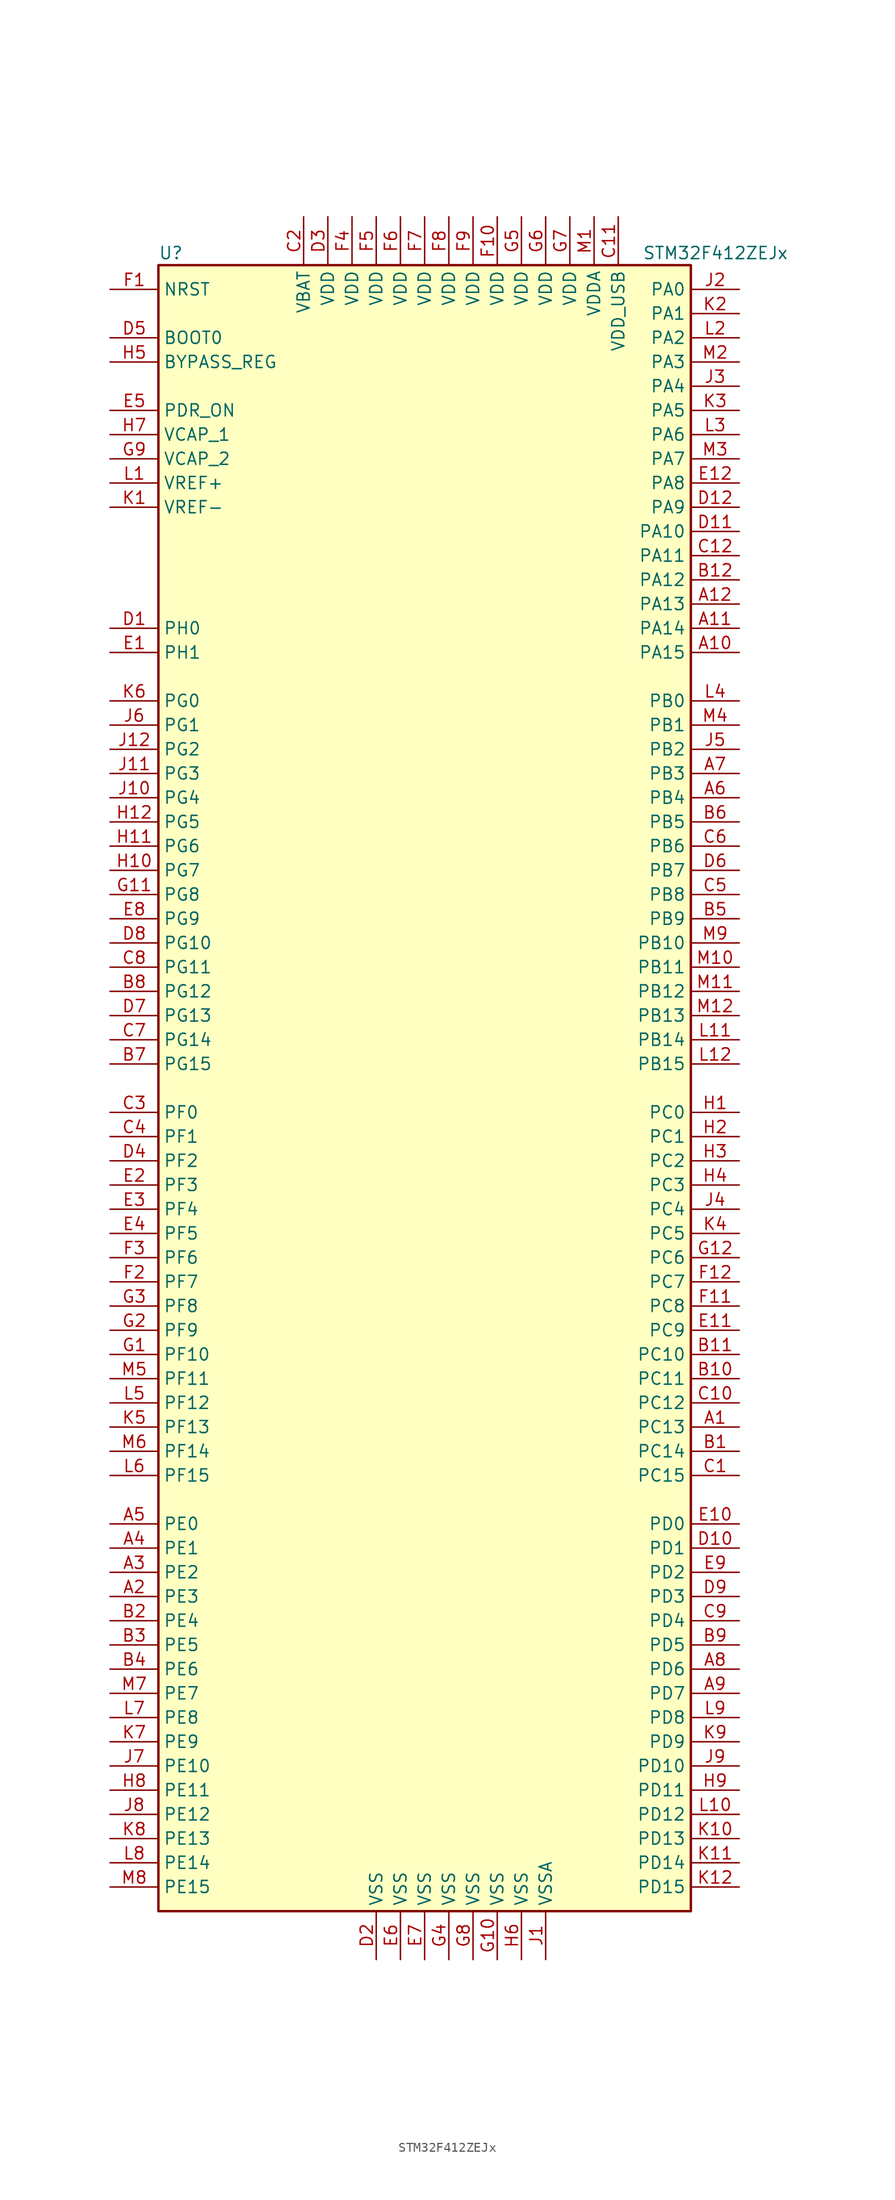
<source format=kicad_sym>
(kicad_symbol_lib
  (version 20201005)
  (generator kicad_symbol_editor)
  (symbol "STM32F412ZEJx"
    (property "Reference" "U"
      (at -27.94 87.63 0)
      (effects (font (size 1.27 1.27)) (justify left)))
    (property "Value" "STM32F412ZEJx"
      (at 22.86 87.63 0)
      (effects (font (size 1.27 1.27)) (justify left)))
    (symbol "STM32F412ZEJx_0_1"
      (rectangle (start -27.94 -86.36) (end 27.94 86.36) (stroke (width 0.254)) (fill (type background))))
    (symbol "STM32F412ZEJx_1_1"
      (pin input line (at -33.02 78.74 0) (length 5.08) (name "BOOT0" (effects (font (size 1.27 1.27)))) (number "D5" (effects (font (size 1.27 1.27)))))
      (pin input line (at -33.02 76.2 0) (length 5.08) (name "BYPASS_REG" (effects (font (size 1.27 1.27)))) (number "H5" (effects (font (size 1.27 1.27)))))
      (pin input line (at -33.02 83.82 0) (length 5.08) (name "NRST" (effects (font (size 1.27 1.27)))) (number "F1" (effects (font (size 1.27 1.27)))))
      (pin bidirectional line (at 33.02 83.82 180) (length 5.08) (name "PA0" (effects (font (size 1.27 1.27)))) (number "J2" (effects (font (size 1.27 1.27)))))
      (pin bidirectional line (at 33.02 81.28 180) (length 5.08) (name "PA1" (effects (font (size 1.27 1.27)))) (number "K2" (effects (font (size 1.27 1.27)))))
      (pin bidirectional line (at 33.02 58.42 180) (length 5.08) (name "PA10" (effects (font (size 1.27 1.27)))) (number "D11" (effects (font (size 1.27 1.27)))))
      (pin bidirectional line (at 33.02 55.88 180) (length 5.08) (name "PA11" (effects (font (size 1.27 1.27)))) (number "C12" (effects (font (size 1.27 1.27)))))
      (pin bidirectional line (at 33.02 53.34 180) (length 5.08) (name "PA12" (effects (font (size 1.27 1.27)))) (number "B12" (effects (font (size 1.27 1.27)))))
      (pin bidirectional line (at 33.02 50.8 180) (length 5.08) (name "PA13" (effects (font (size 1.27 1.27)))) (number "A12" (effects (font (size 1.27 1.27)))))
      (pin bidirectional line (at 33.02 48.26 180) (length 5.08) (name "PA14" (effects (font (size 1.27 1.27)))) (number "A11" (effects (font (size 1.27 1.27)))))
      (pin bidirectional line (at 33.02 45.72 180) (length 5.08) (name "PA15" (effects (font (size 1.27 1.27)))) (number "A10" (effects (font (size 1.27 1.27)))))
      (pin bidirectional line (at 33.02 78.74 180) (length 5.08) (name "PA2" (effects (font (size 1.27 1.27)))) (number "L2" (effects (font (size 1.27 1.27)))))
      (pin bidirectional line (at 33.02 76.2 180) (length 5.08) (name "PA3" (effects (font (size 1.27 1.27)))) (number "M2" (effects (font (size 1.27 1.27)))))
      (pin bidirectional line (at 33.02 73.66 180) (length 5.08) (name "PA4" (effects (font (size 1.27 1.27)))) (number "J3" (effects (font (size 1.27 1.27)))))
      (pin bidirectional line (at 33.02 71.12 180) (length 5.08) (name "PA5" (effects (font (size 1.27 1.27)))) (number "K3" (effects (font (size 1.27 1.27)))))
      (pin bidirectional line (at 33.02 68.58 180) (length 5.08) (name "PA6" (effects (font (size 1.27 1.27)))) (number "L3" (effects (font (size 1.27 1.27)))))
      (pin bidirectional line (at 33.02 66.04 180) (length 5.08) (name "PA7" (effects (font (size 1.27 1.27)))) (number "M3" (effects (font (size 1.27 1.27)))))
      (pin bidirectional line (at 33.02 63.5 180) (length 5.08) (name "PA8" (effects (font (size 1.27 1.27)))) (number "E12" (effects (font (size 1.27 1.27)))))
      (pin bidirectional line (at 33.02 60.96 180) (length 5.08) (name "PA9" (effects (font (size 1.27 1.27)))) (number "D12" (effects (font (size 1.27 1.27)))))
      (pin bidirectional line (at 33.02 40.64 180) (length 5.08) (name "PB0" (effects (font (size 1.27 1.27)))) (number "L4" (effects (font (size 1.27 1.27)))))
      (pin bidirectional line (at 33.02 38.1 180) (length 5.08) (name "PB1" (effects (font (size 1.27 1.27)))) (number "M4" (effects (font (size 1.27 1.27)))))
      (pin bidirectional line (at 33.02 15.24 180) (length 5.08) (name "PB10" (effects (font (size 1.27 1.27)))) (number "M9" (effects (font (size 1.27 1.27)))))
      (pin bidirectional line (at 33.02 12.7 180) (length 5.08) (name "PB11" (effects (font (size 1.27 1.27)))) (number "M10" (effects (font (size 1.27 1.27)))))
      (pin bidirectional line (at 33.02 10.16 180) (length 5.08) (name "PB12" (effects (font (size 1.27 1.27)))) (number "M11" (effects (font (size 1.27 1.27)))))
      (pin bidirectional line (at 33.02 7.62 180) (length 5.08) (name "PB13" (effects (font (size 1.27 1.27)))) (number "M12" (effects (font (size 1.27 1.27)))))
      (pin bidirectional line (at 33.02 5.08 180) (length 5.08) (name "PB14" (effects (font (size 1.27 1.27)))) (number "L11" (effects (font (size 1.27 1.27)))))
      (pin bidirectional line (at 33.02 2.54 180) (length 5.08) (name "PB15" (effects (font (size 1.27 1.27)))) (number "L12" (effects (font (size 1.27 1.27)))))
      (pin bidirectional line (at 33.02 35.56 180) (length 5.08) (name "PB2" (effects (font (size 1.27 1.27)))) (number "J5" (effects (font (size 1.27 1.27)))))
      (pin bidirectional line (at 33.02 33.02 180) (length 5.08) (name "PB3" (effects (font (size 1.27 1.27)))) (number "A7" (effects (font (size 1.27 1.27)))))
      (pin bidirectional line (at 33.02 30.48 180) (length 5.08) (name "PB4" (effects (font (size 1.27 1.27)))) (number "A6" (effects (font (size 1.27 1.27)))))
      (pin bidirectional line (at 33.02 27.94 180) (length 5.08) (name "PB5" (effects (font (size 1.27 1.27)))) (number "B6" (effects (font (size 1.27 1.27)))))
      (pin bidirectional line (at 33.02 25.4 180) (length 5.08) (name "PB6" (effects (font (size 1.27 1.27)))) (number "C6" (effects (font (size 1.27 1.27)))))
      (pin bidirectional line (at 33.02 22.86 180) (length 5.08) (name "PB7" (effects (font (size 1.27 1.27)))) (number "D6" (effects (font (size 1.27 1.27)))))
      (pin bidirectional line (at 33.02 20.32 180) (length 5.08) (name "PB8" (effects (font (size 1.27 1.27)))) (number "C5" (effects (font (size 1.27 1.27)))))
      (pin bidirectional line (at 33.02 17.78 180) (length 5.08) (name "PB9" (effects (font (size 1.27 1.27)))) (number "B5" (effects (font (size 1.27 1.27)))))
      (pin bidirectional line (at 33.02 -2.54 180) (length 5.08) (name "PC0" (effects (font (size 1.27 1.27)))) (number "H1" (effects (font (size 1.27 1.27)))))
      (pin bidirectional line (at 33.02 -5.08 180) (length 5.08) (name "PC1" (effects (font (size 1.27 1.27)))) (number "H2" (effects (font (size 1.27 1.27)))))
      (pin bidirectional line (at 33.02 -27.94 180) (length 5.08) (name "PC10" (effects (font (size 1.27 1.27)))) (number "B11" (effects (font (size 1.27 1.27)))))
      (pin bidirectional line (at 33.02 -30.48 180) (length 5.08) (name "PC11" (effects (font (size 1.27 1.27)))) (number "B10" (effects (font (size 1.27 1.27)))))
      (pin bidirectional line (at 33.02 -33.02 180) (length 5.08) (name "PC12" (effects (font (size 1.27 1.27)))) (number "C10" (effects (font (size 1.27 1.27)))))
      (pin bidirectional line (at 33.02 -35.56 180) (length 5.08) (name "PC13" (effects (font (size 1.27 1.27)))) (number "A1" (effects (font (size 1.27 1.27)))))
      (pin bidirectional line (at 33.02 -38.1 180) (length 5.08) (name "PC14" (effects (font (size 1.27 1.27)))) (number "B1" (effects (font (size 1.27 1.27)))))
      (pin bidirectional line (at 33.02 -40.64 180) (length 5.08) (name "PC15" (effects (font (size 1.27 1.27)))) (number "C1" (effects (font (size 1.27 1.27)))))
      (pin bidirectional line (at 33.02 -7.62 180) (length 5.08) (name "PC2" (effects (font (size 1.27 1.27)))) (number "H3" (effects (font (size 1.27 1.27)))))
      (pin bidirectional line (at 33.02 -10.16 180) (length 5.08) (name "PC3" (effects (font (size 1.27 1.27)))) (number "H4" (effects (font (size 1.27 1.27)))))
      (pin bidirectional line (at 33.02 -12.7 180) (length 5.08) (name "PC4" (effects (font (size 1.27 1.27)))) (number "J4" (effects (font (size 1.27 1.27)))))
      (pin bidirectional line (at 33.02 -15.24 180) (length 5.08) (name "PC5" (effects (font (size 1.27 1.27)))) (number "K4" (effects (font (size 1.27 1.27)))))
      (pin bidirectional line (at 33.02 -17.78 180) (length 5.08) (name "PC6" (effects (font (size 1.27 1.27)))) (number "G12" (effects (font (size 1.27 1.27)))))
      (pin bidirectional line (at 33.02 -20.32 180) (length 5.08) (name "PC7" (effects (font (size 1.27 1.27)))) (number "F12" (effects (font (size 1.27 1.27)))))
      (pin bidirectional line (at 33.02 -22.86 180) (length 5.08) (name "PC8" (effects (font (size 1.27 1.27)))) (number "F11" (effects (font (size 1.27 1.27)))))
      (pin bidirectional line (at 33.02 -25.4 180) (length 5.08) (name "PC9" (effects (font (size 1.27 1.27)))) (number "E11" (effects (font (size 1.27 1.27)))))
      (pin bidirectional line (at 33.02 -45.72 180) (length 5.08) (name "PD0" (effects (font (size 1.27 1.27)))) (number "E10" (effects (font (size 1.27 1.27)))))
      (pin bidirectional line (at 33.02 -48.26 180) (length 5.08) (name "PD1" (effects (font (size 1.27 1.27)))) (number "D10" (effects (font (size 1.27 1.27)))))
      (pin bidirectional line (at 33.02 -71.12 180) (length 5.08) (name "PD10" (effects (font (size 1.27 1.27)))) (number "J9" (effects (font (size 1.27 1.27)))))
      (pin bidirectional line (at 33.02 -73.66 180) (length 5.08) (name "PD11" (effects (font (size 1.27 1.27)))) (number "H9" (effects (font (size 1.27 1.27)))))
      (pin bidirectional line (at 33.02 -76.2 180) (length 5.08) (name "PD12" (effects (font (size 1.27 1.27)))) (number "L10" (effects (font (size 1.27 1.27)))))
      (pin bidirectional line (at 33.02 -78.74 180) (length 5.08) (name "PD13" (effects (font (size 1.27 1.27)))) (number "K10" (effects (font (size 1.27 1.27)))))
      (pin bidirectional line (at 33.02 -81.28 180) (length 5.08) (name "PD14" (effects (font (size 1.27 1.27)))) (number "K11" (effects (font (size 1.27 1.27)))))
      (pin bidirectional line (at 33.02 -83.82 180) (length 5.08) (name "PD15" (effects (font (size 1.27 1.27)))) (number "K12" (effects (font (size 1.27 1.27)))))
      (pin bidirectional line (at 33.02 -50.8 180) (length 5.08) (name "PD2" (effects (font (size 1.27 1.27)))) (number "E9" (effects (font (size 1.27 1.27)))))
      (pin bidirectional line (at 33.02 -53.34 180) (length 5.08) (name "PD3" (effects (font (size 1.27 1.27)))) (number "D9" (effects (font (size 1.27 1.27)))))
      (pin bidirectional line (at 33.02 -55.88 180) (length 5.08) (name "PD4" (effects (font (size 1.27 1.27)))) (number "C9" (effects (font (size 1.27 1.27)))))
      (pin bidirectional line (at 33.02 -58.42 180) (length 5.08) (name "PD5" (effects (font (size 1.27 1.27)))) (number "B9" (effects (font (size 1.27 1.27)))))
      (pin bidirectional line (at 33.02 -60.96 180) (length 5.08) (name "PD6" (effects (font (size 1.27 1.27)))) (number "A8" (effects (font (size 1.27 1.27)))))
      (pin bidirectional line (at 33.02 -63.5 180) (length 5.08) (name "PD7" (effects (font (size 1.27 1.27)))) (number "A9" (effects (font (size 1.27 1.27)))))
      (pin bidirectional line (at 33.02 -66.04 180) (length 5.08) (name "PD8" (effects (font (size 1.27 1.27)))) (number "L9" (effects (font (size 1.27 1.27)))))
      (pin bidirectional line (at 33.02 -68.58 180) (length 5.08) (name "PD9" (effects (font (size 1.27 1.27)))) (number "K9" (effects (font (size 1.27 1.27)))))
      (pin power_in line (at -33.02 71.12 0) (length 5.08) (name "PDR_ON" (effects (font (size 1.27 1.27)))) (number "E5" (effects (font (size 1.27 1.27)))))
      (pin bidirectional line (at -33.02 -45.72 0) (length 5.08) (name "PE0" (effects (font (size 1.27 1.27)))) (number "A5" (effects (font (size 1.27 1.27)))))
      (pin bidirectional line (at -33.02 -48.26 0) (length 5.08) (name "PE1" (effects (font (size 1.27 1.27)))) (number "A4" (effects (font (size 1.27 1.27)))))
      (pin bidirectional line (at -33.02 -71.12 0) (length 5.08) (name "PE10" (effects (font (size 1.27 1.27)))) (number "J7" (effects (font (size 1.27 1.27)))))
      (pin bidirectional line (at -33.02 -73.66 0) (length 5.08) (name "PE11" (effects (font (size 1.27 1.27)))) (number "H8" (effects (font (size 1.27 1.27)))))
      (pin bidirectional line (at -33.02 -76.2 0) (length 5.08) (name "PE12" (effects (font (size 1.27 1.27)))) (number "J8" (effects (font (size 1.27 1.27)))))
      (pin bidirectional line (at -33.02 -78.74 0) (length 5.08) (name "PE13" (effects (font (size 1.27 1.27)))) (number "K8" (effects (font (size 1.27 1.27)))))
      (pin bidirectional line (at -33.02 -81.28 0) (length 5.08) (name "PE14" (effects (font (size 1.27 1.27)))) (number "L8" (effects (font (size 1.27 1.27)))))
      (pin bidirectional line (at -33.02 -83.82 0) (length 5.08) (name "PE15" (effects (font (size 1.27 1.27)))) (number "M8" (effects (font (size 1.27 1.27)))))
      (pin bidirectional line (at -33.02 -50.8 0) (length 5.08) (name "PE2" (effects (font (size 1.27 1.27)))) (number "A3" (effects (font (size 1.27 1.27)))))
      (pin bidirectional line (at -33.02 -53.34 0) (length 5.08) (name "PE3" (effects (font (size 1.27 1.27)))) (number "A2" (effects (font (size 1.27 1.27)))))
      (pin bidirectional line (at -33.02 -55.88 0) (length 5.08) (name "PE4" (effects (font (size 1.27 1.27)))) (number "B2" (effects (font (size 1.27 1.27)))))
      (pin bidirectional line (at -33.02 -58.42 0) (length 5.08) (name "PE5" (effects (font (size 1.27 1.27)))) (number "B3" (effects (font (size 1.27 1.27)))))
      (pin bidirectional line (at -33.02 -60.96 0) (length 5.08) (name "PE6" (effects (font (size 1.27 1.27)))) (number "B4" (effects (font (size 1.27 1.27)))))
      (pin bidirectional line (at -33.02 -63.5 0) (length 5.08) (name "PE7" (effects (font (size 1.27 1.27)))) (number "M7" (effects (font (size 1.27 1.27)))))
      (pin bidirectional line (at -33.02 -66.04 0) (length 5.08) (name "PE8" (effects (font (size 1.27 1.27)))) (number "L7" (effects (font (size 1.27 1.27)))))
      (pin bidirectional line (at -33.02 -68.58 0) (length 5.08) (name "PE9" (effects (font (size 1.27 1.27)))) (number "K7" (effects (font (size 1.27 1.27)))))
      (pin bidirectional line (at -33.02 -2.54 0) (length 5.08) (name "PF0" (effects (font (size 1.27 1.27)))) (number "C3" (effects (font (size 1.27 1.27)))))
      (pin bidirectional line (at -33.02 -5.08 0) (length 5.08) (name "PF1" (effects (font (size 1.27 1.27)))) (number "C4" (effects (font (size 1.27 1.27)))))
      (pin bidirectional line (at -33.02 -27.94 0) (length 5.08) (name "PF10" (effects (font (size 1.27 1.27)))) (number "G1" (effects (font (size 1.27 1.27)))))
      (pin bidirectional line (at -33.02 -30.48 0) (length 5.08) (name "PF11" (effects (font (size 1.27 1.27)))) (number "M5" (effects (font (size 1.27 1.27)))))
      (pin bidirectional line (at -33.02 -33.02 0) (length 5.08) (name "PF12" (effects (font (size 1.27 1.27)))) (number "L5" (effects (font (size 1.27 1.27)))))
      (pin bidirectional line (at -33.02 -35.56 0) (length 5.08) (name "PF13" (effects (font (size 1.27 1.27)))) (number "K5" (effects (font (size 1.27 1.27)))))
      (pin bidirectional line (at -33.02 -38.1 0) (length 5.08) (name "PF14" (effects (font (size 1.27 1.27)))) (number "M6" (effects (font (size 1.27 1.27)))))
      (pin bidirectional line (at -33.02 -40.64 0) (length 5.08) (name "PF15" (effects (font (size 1.27 1.27)))) (number "L6" (effects (font (size 1.27 1.27)))))
      (pin bidirectional line (at -33.02 -7.62 0) (length 5.08) (name "PF2" (effects (font (size 1.27 1.27)))) (number "D4" (effects (font (size 1.27 1.27)))))
      (pin bidirectional line (at -33.02 -10.16 0) (length 5.08) (name "PF3" (effects (font (size 1.27 1.27)))) (number "E2" (effects (font (size 1.27 1.27)))))
      (pin bidirectional line (at -33.02 -12.7 0) (length 5.08) (name "PF4" (effects (font (size 1.27 1.27)))) (number "E3" (effects (font (size 1.27 1.27)))))
      (pin bidirectional line (at -33.02 -15.24 0) (length 5.08) (name "PF5" (effects (font (size 1.27 1.27)))) (number "E4" (effects (font (size 1.27 1.27)))))
      (pin bidirectional line (at -33.02 -17.78 0) (length 5.08) (name "PF6" (effects (font (size 1.27 1.27)))) (number "F3" (effects (font (size 1.27 1.27)))))
      (pin bidirectional line (at -33.02 -20.32 0) (length 5.08) (name "PF7" (effects (font (size 1.27 1.27)))) (number "F2" (effects (font (size 1.27 1.27)))))
      (pin bidirectional line (at -33.02 -22.86 0) (length 5.08) (name "PF8" (effects (font (size 1.27 1.27)))) (number "G3" (effects (font (size 1.27 1.27)))))
      (pin bidirectional line (at -33.02 -25.4 0) (length 5.08) (name "PF9" (effects (font (size 1.27 1.27)))) (number "G2" (effects (font (size 1.27 1.27)))))
      (pin bidirectional line (at -33.02 40.64 0) (length 5.08) (name "PG0" (effects (font (size 1.27 1.27)))) (number "K6" (effects (font (size 1.27 1.27)))))
      (pin bidirectional line (at -33.02 38.1 0) (length 5.08) (name "PG1" (effects (font (size 1.27 1.27)))) (number "J6" (effects (font (size 1.27 1.27)))))
      (pin bidirectional line (at -33.02 15.24 0) (length 5.08) (name "PG10" (effects (font (size 1.27 1.27)))) (number "D8" (effects (font (size 1.27 1.27)))))
      (pin bidirectional line (at -33.02 12.7 0) (length 5.08) (name "PG11" (effects (font (size 1.27 1.27)))) (number "C8" (effects (font (size 1.27 1.27)))))
      (pin bidirectional line (at -33.02 10.16 0) (length 5.08) (name "PG12" (effects (font (size 1.27 1.27)))) (number "B8" (effects (font (size 1.27 1.27)))))
      (pin bidirectional line (at -33.02 7.62 0) (length 5.08) (name "PG13" (effects (font (size 1.27 1.27)))) (number "D7" (effects (font (size 1.27 1.27)))))
      (pin bidirectional line (at -33.02 5.08 0) (length 5.08) (name "PG14" (effects (font (size 1.27 1.27)))) (number "C7" (effects (font (size 1.27 1.27)))))
      (pin bidirectional line (at -33.02 2.54 0) (length 5.08) (name "PG15" (effects (font (size 1.27 1.27)))) (number "B7" (effects (font (size 1.27 1.27)))))
      (pin bidirectional line (at -33.02 35.56 0) (length 5.08) (name "PG2" (effects (font (size 1.27 1.27)))) (number "J12" (effects (font (size 1.27 1.27)))))
      (pin bidirectional line (at -33.02 33.02 0) (length 5.08) (name "PG3" (effects (font (size 1.27 1.27)))) (number "J11" (effects (font (size 1.27 1.27)))))
      (pin bidirectional line (at -33.02 30.48 0) (length 5.08) (name "PG4" (effects (font (size 1.27 1.27)))) (number "J10" (effects (font (size 1.27 1.27)))))
      (pin bidirectional line (at -33.02 27.94 0) (length 5.08) (name "PG5" (effects (font (size 1.27 1.27)))) (number "H12" (effects (font (size 1.27 1.27)))))
      (pin bidirectional line (at -33.02 25.4 0) (length 5.08) (name "PG6" (effects (font (size 1.27 1.27)))) (number "H11" (effects (font (size 1.27 1.27)))))
      (pin bidirectional line (at -33.02 22.86 0) (length 5.08) (name "PG7" (effects (font (size 1.27 1.27)))) (number "H10" (effects (font (size 1.27 1.27)))))
      (pin bidirectional line (at -33.02 20.32 0) (length 5.08) (name "PG8" (effects (font (size 1.27 1.27)))) (number "G11" (effects (font (size 1.27 1.27)))))
      (pin bidirectional line (at -33.02 17.78 0) (length 5.08) (name "PG9" (effects (font (size 1.27 1.27)))) (number "E8" (effects (font (size 1.27 1.27)))))
      (pin input line (at -33.02 48.26 0) (length 5.08) (name "PH0" (effects (font (size 1.27 1.27)))) (number "D1" (effects (font (size 1.27 1.27)))))
      (pin input line (at -33.02 45.72 0) (length 5.08) (name "PH1" (effects (font (size 1.27 1.27)))) (number "E1" (effects (font (size 1.27 1.27)))))
      (pin power_in line (at -12.7 91.44 270) (length 5.08) (name "VBAT" (effects (font (size 1.27 1.27)))) (number "C2" (effects (font (size 1.27 1.27)))))
      (pin power_in line (at -33.02 68.58 0) (length 5.08) (name "VCAP_1" (effects (font (size 1.27 1.27)))) (number "H7" (effects (font (size 1.27 1.27)))))
      (pin power_in line (at -33.02 66.04 0) (length 5.08) (name "VCAP_2" (effects (font (size 1.27 1.27)))) (number "G9" (effects (font (size 1.27 1.27)))))
      (pin power_in line (at -10.16 91.44 270) (length 5.08) (name "VDD" (effects (font (size 1.27 1.27)))) (number "D3" (effects (font (size 1.27 1.27)))))
      (pin power_in line (at 7.62 91.44 270) (length 5.08) (name "VDD" (effects (font (size 1.27 1.27)))) (number "F10" (effects (font (size 1.27 1.27)))))
      (pin power_in line (at -7.62 91.44 270) (length 5.08) (name "VDD" (effects (font (size 1.27 1.27)))) (number "F4" (effects (font (size 1.27 1.27)))))
      (pin power_in line (at -5.08 91.44 270) (length 5.08) (name "VDD" (effects (font (size 1.27 1.27)))) (number "F5" (effects (font (size 1.27 1.27)))))
      (pin power_in line (at -2.54 91.44 270) (length 5.08) (name "VDD" (effects (font (size 1.27 1.27)))) (number "F6" (effects (font (size 1.27 1.27)))))
      (pin power_in line (at 0 91.44 270) (length 5.08) (name "VDD" (effects (font (size 1.27 1.27)))) (number "F7" (effects (font (size 1.27 1.27)))))
      (pin power_in line (at 2.54 91.44 270) (length 5.08) (name "VDD" (effects (font (size 1.27 1.27)))) (number "F8" (effects (font (size 1.27 1.27)))))
      (pin power_in line (at 5.08 91.44 270) (length 5.08) (name "VDD" (effects (font (size 1.27 1.27)))) (number "F9" (effects (font (size 1.27 1.27)))))
      (pin power_in line (at 10.16 91.44 270) (length 5.08) (name "VDD" (effects (font (size 1.27 1.27)))) (number "G5" (effects (font (size 1.27 1.27)))))
      (pin power_in line (at 12.7 91.44 270) (length 5.08) (name "VDD" (effects (font (size 1.27 1.27)))) (number "G6" (effects (font (size 1.27 1.27)))))
      (pin power_in line (at 15.24 91.44 270) (length 5.08) (name "VDD" (effects (font (size 1.27 1.27)))) (number "G7" (effects (font (size 1.27 1.27)))))
      (pin power_in line (at 17.78 91.44 270) (length 5.08) (name "VDDA" (effects (font (size 1.27 1.27)))) (number "M1" (effects (font (size 1.27 1.27)))))
      (pin power_in line (at 20.32 91.44 270) (length 5.08) (name "VDD_USB" (effects (font (size 1.27 1.27)))) (number "C11" (effects (font (size 1.27 1.27)))))
      (pin power_in line (at -33.02 63.5 0) (length 5.08) (name "VREF+" (effects (font (size 1.27 1.27)))) (number "L1" (effects (font (size 1.27 1.27)))))
      (pin power_in line (at -33.02 60.96 0) (length 5.08) (name "VREF-" (effects (font (size 1.27 1.27)))) (number "K1" (effects (font (size 1.27 1.27)))))
      (pin power_in line (at -5.08 -91.44 90) (length 5.08) (name "VSS" (effects (font (size 1.27 1.27)))) (number "D2" (effects (font (size 1.27 1.27)))))
      (pin power_in line (at -2.54 -91.44 90) (length 5.08) (name "VSS" (effects (font (size 1.27 1.27)))) (number "E6" (effects (font (size 1.27 1.27)))))
      (pin power_in line (at 0 -91.44 90) (length 5.08) (name "VSS" (effects (font (size 1.27 1.27)))) (number "E7" (effects (font (size 1.27 1.27)))))
      (pin power_in line (at 7.62 -91.44 90) (length 5.08) (name "VSS" (effects (font (size 1.27 1.27)))) (number "G10" (effects (font (size 1.27 1.27)))))
      (pin power_in line (at 2.54 -91.44 90) (length 5.08) (name "VSS" (effects (font (size 1.27 1.27)))) (number "G4" (effects (font (size 1.27 1.27)))))
      (pin power_in line (at 5.08 -91.44 90) (length 5.08) (name "VSS" (effects (font (size 1.27 1.27)))) (number "G8" (effects (font (size 1.27 1.27)))))
      (pin power_in line (at 10.16 -91.44 90) (length 5.08) (name "VSS" (effects (font (size 1.27 1.27)))) (number "H6" (effects (font (size 1.27 1.27)))))
      (pin power_in line (at 12.7 -91.44 90) (length 5.08) (name "VSSA" (effects (font (size 1.27 1.27)))) (number "J1" (effects (font (size 1.27 1.27))))))))
</source>
